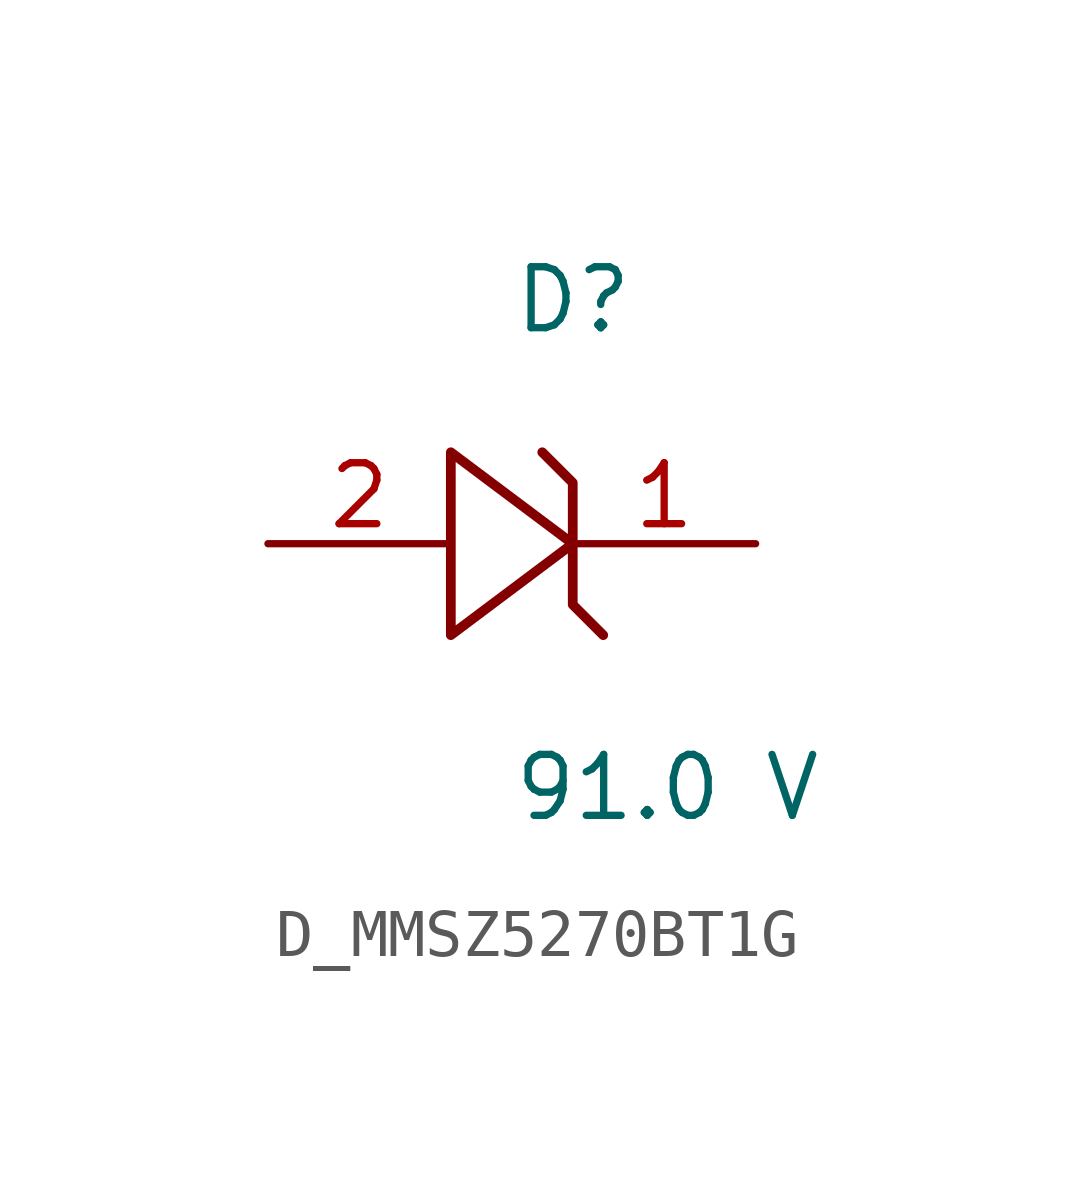
<source format=kicad_sym>
(kicad_symbol_lib
  (version 20231120)
  (generator kicad_symbol_editor)
  (generator_version 8.0)
  (symbol "D_MMSZ5270BT1G"
    (pin_names
      (offset 0.254))
    (property "Reference" "D"
      (at 0 5.08 0)
      (effects (font (size 1.27 1.27)) (justify left)))
    (property "Value" "91.0 V"
      (at 0 -5.08 0)
      (effects (font (size 1.27 1.27)) (justify left)))
    (symbol "D_MMSZ5270BT1G_1_0"
      (polyline (pts (xy 0.635 1.905) (xy 1.27 1.27) (xy 1.27 0) (xy -1.27 1.905) (xy -1.27 -1.905) (xy 1.27 0) (xy 1.27 -1.27) (xy 1.905 -1.905)) (stroke (width 0.203) (type default)) (fill (type none)))
      (pin unspecified line (at 5.08 0 180) (length 3.81) (name "" (effects (font (size 1.27 1.27)))) (number "1" (effects (font (size 1.27 1.27)))))
      (pin unspecified line (at -5.08 0 0) (length 3.81) (name "" (effects (font (size 1.27 1.27)))) (number "2" (effects (font (size 1.27 1.27))))))))
</source>
